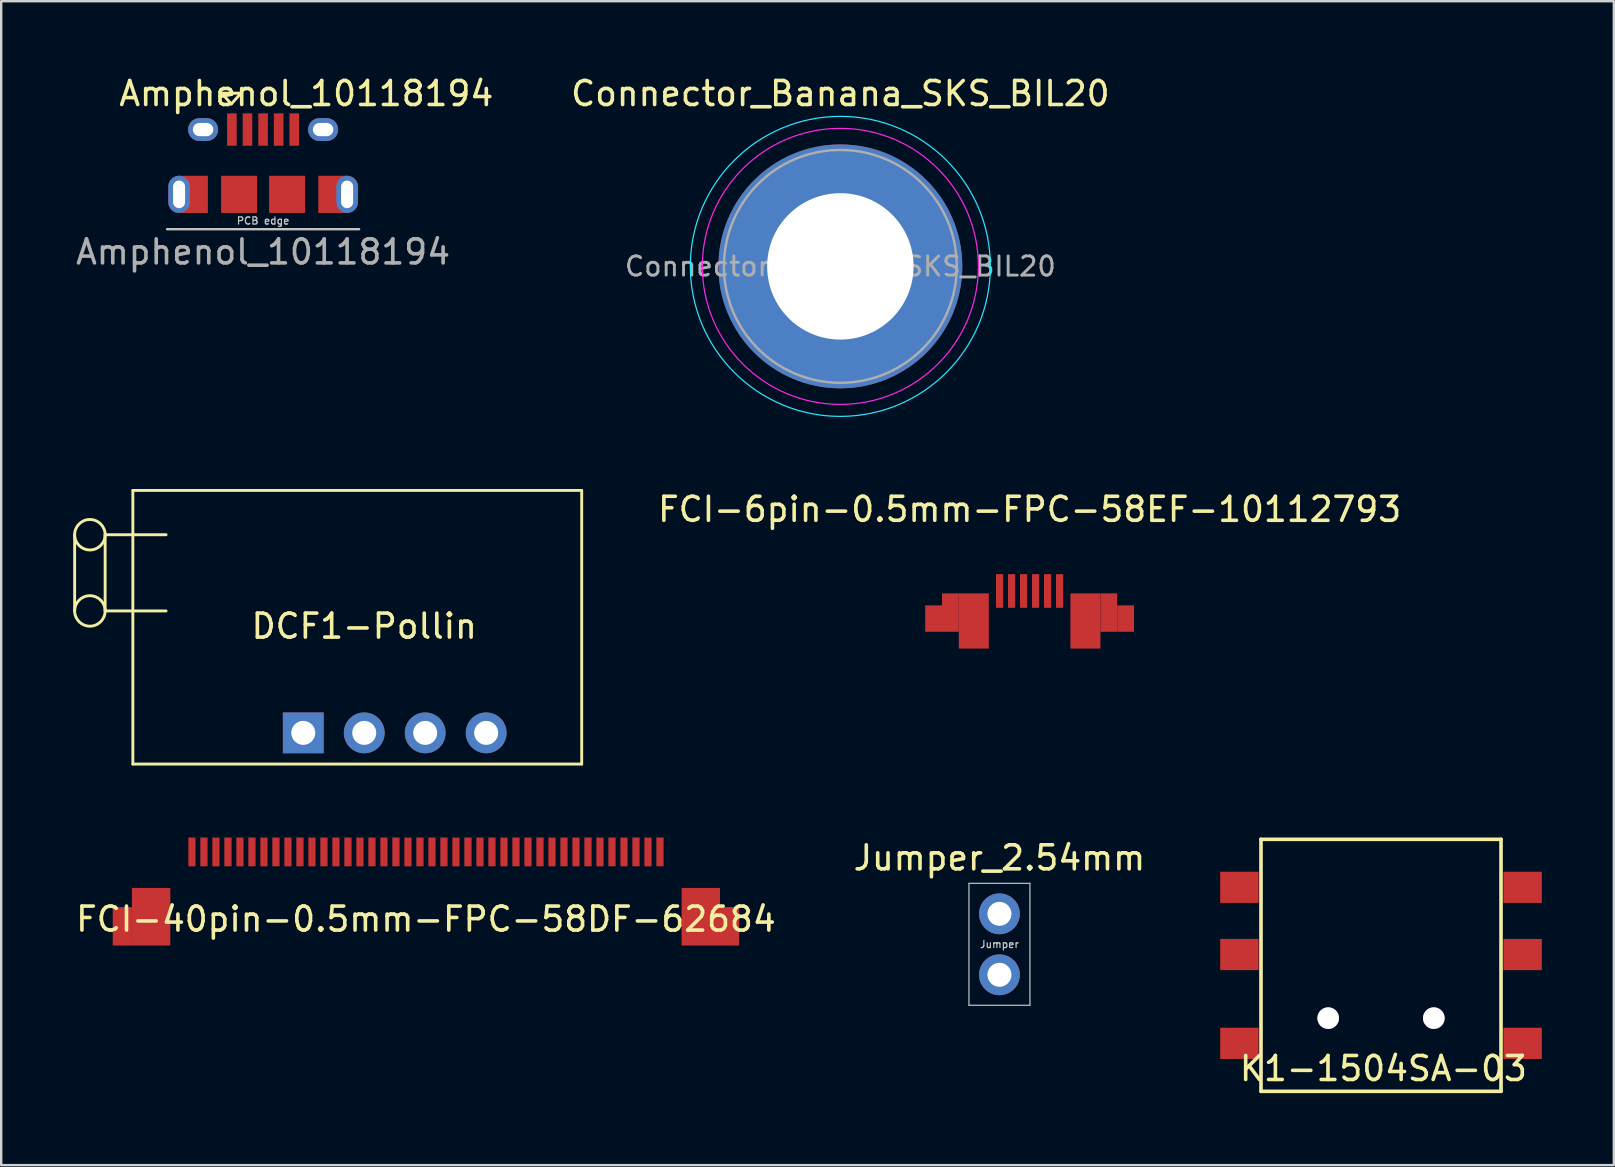
<source format=kicad_pcb>
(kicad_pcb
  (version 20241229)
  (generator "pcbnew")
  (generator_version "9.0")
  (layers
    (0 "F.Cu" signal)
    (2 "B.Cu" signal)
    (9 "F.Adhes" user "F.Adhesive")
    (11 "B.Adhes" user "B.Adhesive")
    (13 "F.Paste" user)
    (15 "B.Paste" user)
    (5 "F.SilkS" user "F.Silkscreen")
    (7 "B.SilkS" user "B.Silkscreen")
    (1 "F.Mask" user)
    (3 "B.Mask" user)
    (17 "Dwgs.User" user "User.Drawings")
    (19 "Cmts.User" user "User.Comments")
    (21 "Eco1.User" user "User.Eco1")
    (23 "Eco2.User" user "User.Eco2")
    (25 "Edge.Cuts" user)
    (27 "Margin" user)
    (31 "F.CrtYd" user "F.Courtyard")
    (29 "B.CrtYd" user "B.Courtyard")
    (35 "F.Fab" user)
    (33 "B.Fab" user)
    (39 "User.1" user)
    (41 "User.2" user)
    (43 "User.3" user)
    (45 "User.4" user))
  (footprint "Jumper_2.54mm"
    (layer "F.Cu")
    (at 38.589 35.022)
    (property "Reference" "Jumper_2.54mm" (at 0 -2.33 0) (layer "F.SilkS") (effects (font (size 1 1) (thickness 0.15))))
    (attr through_hole)
    (fp_line (start -1.27 -1.27) (end 1.27 -1.27) (stroke (width 0.05) (type solid)) (layer "Dwgs.User"))
    (fp_line (start -1.27 3.81) (end -1.27 -1.27) (stroke (width 0.05) (type solid)) (layer "Dwgs.User"))
    (fp_line (start 1.27 -1.27) (end 1.27 3.81) (stroke (width 0.05) (type solid)) (layer "Dwgs.User"))
    (fp_line (start 1.27 3.81) (end -1.27 3.81) (stroke (width 0.05) (type solid)) (layer "Dwgs.User"))
    (fp_text user "Jumper" (at 0 1.27 0) (layer "Dwgs.User") (effects (font (size 0.3 0.3) (thickness 0.05))))
    (pad "1" thru_hole circle (at 0 0) (size 1.7 1.7) (drill 1) (layers "*.Cu" "*.Mask"))
    (pad "2" thru_hole oval (at 0 2.54) (size 1.7 1.7) (drill 1) (layers "*.Cu" "*.Mask")))
  (footprint "DCF1-Pollin"
    (layer "F.Cu")
    (at 13.395 27.483)
    (property "Reference" "DCF1-Pollin" (at -1.27 -4.445 0) (layer "F.SilkS") (effects (font (size 1 1) (thickness 0.15))))
    (attr through_hole)
    (fp_line (start -13.335 -8.255) (end -13.335 -5.08) (stroke (width 0.12) (type solid)) (layer "F.SilkS"))
    (fp_line (start -12.065 -5.08) (end -12.065 -8.255) (stroke (width 0.12) (type solid)) (layer "F.SilkS"))
    (fp_line (start -10.91 -10.1) (end -10.91 1.3) (stroke (width 0.12) (type solid)) (layer "F.SilkS"))
    (fp_line (start -9.525 -8.255) (end -12.065 -8.255) (stroke (width 0.12) (type solid)) (layer "F.SilkS"))
    (fp_line (start -9.525 -5.08) (end -12.065 -5.08) (stroke (width 0.12) (type solid)) (layer "F.SilkS"))
    (fp_line (start 7.79 -10.1) (end -10.91 -10.1) (stroke (width 0.12) (type solid)) (layer "F.SilkS"))
    (fp_line (start 7.79 -10.1) (end 7.79 1.3) (stroke (width 0.12) (type solid)) (layer "F.SilkS"))
    (fp_line (start 7.79 1.3) (end -10.91 1.3) (stroke (width 0.12) (type solid)) (layer "F.SilkS"))
    (fp_circle (center -12.7 -8.255) (end -12.7 -7.62) (stroke (width 0.12) (type solid)) (fill no) (layer "F.SilkS"))
    (fp_circle (center -12.7 -5.08) (end -12.7 -5.715) (stroke (width 0.12) (type solid)) (fill no) (layer "F.SilkS"))
    (pad "1" thru_hole rect (at -3.81 0 90) (size 1.7 1.7) (drill 1) (layers "*.Cu" "*.Mask"))
    (pad "2" thru_hole oval (at -1.27 0 90) (size 1.7 1.7) (drill 1) (layers "*.Cu" "*.Mask"))
    (pad "3" thru_hole oval (at 1.27 0 90) (size 1.7 1.7) (drill 1) (layers "*.Cu" "*.Mask"))
    (pad "4" thru_hole oval (at 3.81 0 90) (size 1.7 1.7) (drill 1) (layers "*.Cu" "*.Mask")))
  (footprint "FCI-40pin-0.5mm-FPC-58DF-62684"
    (layer "F.Cu")
    (at 14.696 33.043)
    (property "Reference" "FCI-40pin-0.5mm-FPC-58DF-62684" (at 0 2.2 0) (layer "F.SilkS") (effects (font (size 1 1) (thickness 0.15))))
    (attr through_hole)
    (pad "" connect rect (at -12.65 2.5) (size 0.8 1.6) (layers "F.Cu" "F.Mask"))
    (pad "" connect rect (at -11.45 2.1) (size 1.6 2.4) (layers "F.Cu" "F.Mask"))
    (pad "" connect rect (at 11.45 2.1) (size 1.6 2.4) (layers "F.Cu" "F.Mask"))
    (pad "" connect rect (at 12.65 2.5) (size 0.8 1.6) (layers "F.Cu" "F.Mask"))
    (pad "1" smd rect (at 9.75 -0.6) (size 0.3 1.2) (layers "F.Cu" "F.Mask" "F.Paste"))
    (pad "2" smd rect (at 9.25 -0.6) (size 0.3 1.2) (layers "F.Cu" "F.Mask" "F.Paste"))
    (pad "3" smd rect (at 8.75 -0.6) (size 0.3 1.2) (layers "F.Cu" "F.Mask" "F.Paste"))
    (pad "4" smd rect (at 8.25 -0.6) (size 0.3 1.2) (layers "F.Cu" "F.Mask" "F.Paste"))
    (pad "5" smd rect (at 7.75 -0.6) (size 0.3 1.2) (layers "F.Cu" "F.Mask" "F.Paste"))
    (pad "6" smd rect (at 7.25 -0.6) (size 0.3 1.2) (layers "F.Cu" "F.Mask" "F.Paste"))
    (pad "7" smd rect (at 6.75 -0.6) (size 0.3 1.2) (layers "F.Cu" "F.Mask" "F.Paste"))
    (pad "8" smd rect (at 6.25 -0.6) (size 0.3 1.2) (layers "F.Cu" "F.Mask" "F.Paste"))
    (pad "9" smd rect (at 5.75 -0.6) (size 0.3 1.2) (layers "F.Cu" "F.Mask" "F.Paste"))
    (pad "10" smd rect (at 5.25 -0.6) (size 0.3 1.2) (layers "F.Cu" "F.Mask" "F.Paste"))
    (pad "11" smd rect (at 4.75 -0.6) (size 0.3 1.2) (layers "F.Cu" "F.Mask" "F.Paste"))
    (pad "12" smd rect (at 4.25 -0.6) (size 0.3 1.2) (layers "F.Cu" "F.Mask" "F.Paste"))
    (pad "13" smd rect (at 3.75 -0.6) (size 0.3 1.2) (layers "F.Cu" "F.Mask" "F.Paste"))
    (pad "14" smd rect (at 3.25 -0.6) (size 0.3 1.2) (layers "F.Cu" "F.Mask" "F.Paste"))
    (pad "15" smd rect (at 2.75 -0.6) (size 0.3 1.2) (layers "F.Cu" "F.Mask" "F.Paste"))
    (pad "16" smd rect (at 2.25 -0.6) (size 0.3 1.2) (layers "F.Cu" "F.Mask" "F.Paste"))
    (pad "17" smd rect (at 1.75 -0.6) (size 0.3 1.2) (layers "F.Cu" "F.Mask" "F.Paste"))
    (pad "18" smd rect (at 1.25 -0.6) (size 0.3 1.2) (layers "F.Cu" "F.Mask" "F.Paste"))
    (pad "19" smd rect (at 0.75 -0.6) (size 0.3 1.2) (layers "F.Cu" "F.Mask" "F.Paste"))
    (pad "20" smd rect (at 0.25 -0.6) (size 0.3 1.2) (layers "F.Cu" "F.Mask" "F.Paste"))
    (pad "21" smd rect (at -0.25 -0.6) (size 0.3 1.2) (layers "F.Cu" "F.Mask" "F.Paste"))
    (pad "22" smd rect (at -0.75 -0.6) (size 0.3 1.2) (layers "F.Cu" "F.Mask" "F.Paste"))
    (pad "23" smd rect (at -1.25 -0.6) (size 0.3 1.2) (layers "F.Cu" "F.Mask" "F.Paste"))
    (pad "24" smd rect (at -1.75 -0.6) (size 0.3 1.2) (layers "F.Cu" "F.Mask" "F.Paste"))
    (pad "25" smd rect (at -2.25 -0.6) (size 0.3 1.2) (layers "F.Cu" "F.Mask" "F.Paste"))
    (pad "26" smd rect (at -2.75 -0.6) (size 0.3 1.2) (layers "F.Cu" "F.Mask" "F.Paste"))
    (pad "27" smd rect (at -3.25 -0.6) (size 0.3 1.2) (layers "F.Cu" "F.Mask" "F.Paste"))
    (pad "28" smd rect (at -3.75 -0.6) (size 0.3 1.2) (layers "F.Cu" "F.Mask" "F.Paste"))
    (pad "29" smd rect (at -4.25 -0.6) (size 0.3 1.2) (layers "F.Cu" "F.Mask" "F.Paste"))
    (pad "30" smd rect (at -4.75 -0.6) (size 0.3 1.2) (layers "F.Cu" "F.Mask" "F.Paste"))
    (pad "31" smd rect (at -5.25 -0.6) (size 0.3 1.2) (layers "F.Cu" "F.Mask" "F.Paste"))
    (pad "32" smd rect (at -5.75 -0.6) (size 0.3 1.2) (layers "F.Cu" "F.Mask" "F.Paste"))
    (pad "33" smd rect (at -6.25 -0.6) (size 0.3 1.2) (layers "F.Cu" "F.Mask" "F.Paste"))
    (pad "34" smd rect (at -6.75 -0.6) (size 0.3 1.2) (layers "F.Cu" "F.Mask" "F.Paste"))
    (pad "35" smd rect (at -7.25 -0.6) (size 0.3 1.2) (layers "F.Cu" "F.Mask" "F.Paste"))
    (pad "36" smd rect (at -7.75 -0.6) (size 0.3 1.2) (layers "F.Cu" "F.Mask" "F.Paste"))
    (pad "37" smd rect (at -8.25 -0.6) (size 0.3 1.2) (layers "F.Cu" "F.Mask" "F.Paste"))
    (pad "38" smd rect (at -8.75 -0.6) (size 0.3 1.2) (layers "F.Cu" "F.Mask" "F.Paste"))
    (pad "39" smd rect (at -9.25 -0.6) (size 0.3 1.2) (layers "F.Cu" "F.Mask" "F.Paste"))
    (pad "40" smd rect (at -9.75 -0.6) (size 0.3 1.2) (layers "F.Cu" "F.Mask" "F.Paste")))
  (footprint "Connector_Banana_SKS_BIL20"
    (layer "F.Cu")
    (at 31.961 8.048)
    (property "Reference" "Connector_Banana_SKS_BIL20" (at 0 -7.2 0) (layer "F.SilkS") (effects (font (size 1 1) (thickness 0.15))))
    (attr through_hole)
    (fp_circle (center 0 0) (end 6.25 0) (stroke (width 0.05) (type solid)) (fill no) (layer "B.CrtYd"))
    (fp_circle (center 0 0) (end 5.75 0) (stroke (width 0.05) (type solid)) (fill no) (layer "F.CrtYd"))
    (fp_circle (center 0 0) (end 2 0) (stroke (width 0.1) (type solid)) (fill no) (layer "F.Fab"))
    (fp_circle (center 0 0) (end 4.85 0.05) (stroke (width 0.1) (type solid)) (fill no) (layer "F.Fab"))
    (fp_text user "${REFERENCE}" (at 0 0 0) (layer "F.Fab") (effects (font (size 0.8 0.8) (thickness 0.12))))
    (pad "1" thru_hole circle (at 0 0) (size 10.16 10.16) (drill 6.1) (layers "*.Cu" "*.Mask")))
  (footprint "K1-1504SA-03"
    (layer "F.Cu")
    (at 54.486 37.168)
    (property "Reference" "K1-1504SA-03" (at 0.1 4.3 0) (layer "F.SilkS") (effects (font (size 1 1) (thickness 0.15))))
    (attr through_hole)
    (fp_line (start -5 -5.25) (end -5 5.25) (stroke (width 0.15) (type solid)) (layer "F.SilkS"))
    (fp_line (start -5 -5.25) (end 5 -5.25) (stroke (width 0.15) (type solid)) (layer "F.SilkS"))
    (fp_line (start -5 5.25) (end 5 5.25) (stroke (width 0.15) (type solid)) (layer "F.SilkS"))
    (fp_line (start 5 -5.25) (end 5 5.25) (stroke (width 0.15) (type solid)) (layer "F.SilkS"))
    (pad "1" smd rect (at -5.9 -3.25) (size 1.6 1.3) (layers "F.Cu" "F.Mask" "F.Paste"))
    (pad "2" smd rect (at -5.9 -0.45) (size 1.6 1.3) (layers "F.Cu" "F.Mask" "F.Paste"))
    (pad "3" smd rect (at -5.9 3.25) (size 1.6 1.3) (layers "F.Cu" "F.Mask" "F.Paste"))
    (pad "4" smd rect (at 5.9 -3.25) (size 1.6 1.3) (layers "F.Cu" "F.Mask" "F.Paste"))
    (pad "5" smd rect (at 5.9 -0.45) (size 1.6 1.3) (layers "F.Cu" "F.Mask" "F.Paste"))
    (pad "6" smd rect (at 5.9 3.25) (size 1.6 1.3) (layers "F.Cu" "F.Mask" "F.Paste"))
    (pad "ANCHOR" thru_hole circle (at -2.2 2.2 90) (size 0.9 0.9) (drill 0.9) (layers "*.Cu" "*.Mask"))
    (pad "ANCHOR" thru_hole circle (at 2.2 2.2) (size 0.9 0.9) (drill 0.9) (layers "*.Cu" "*.Mask")))
  (footprint "FCI-6pin-0.5mm-FPC-58EF-10112793"
    (layer "F.Cu")
    (at 39.846 22.271)
    (property "Reference" "FCI-6pin-0.5mm-FPC-58EF-10112793" (at 0 -4.1 0) (layer "F.SilkS") (effects (font (size 1 1) (thickness 0.15))))
    (attr through_hole)
    (pad "" connect rect (at -4 0.45) (size 0.7 1.1) (layers "F.Cu" "F.Mask"))
    (pad "" connect rect (at -3.3 0.2) (size 0.7 1.6) (layers "F.Cu" "F.Mask"))
    (pad "" connect rect (at -2.325 0.55) (size 1.25 2.3) (layers "F.Cu" "F.Mask"))
    (pad "" connect rect (at 2.325 0.55) (size 1.25 2.3) (layers "F.Cu" "F.Mask"))
    (pad "" connect rect (at 3.3 0.2) (size 0.7 1.6) (layers "F.Cu" "F.Mask"))
    (pad "" connect rect (at 4 0.45) (size 0.7 1.1) (layers "F.Cu" "F.Mask"))
    (pad "1" smd rect (at 1.25 -0.7) (size 0.3 1.4) (layers "F.Cu" "F.Mask" "F.Paste"))
    (pad "2" smd rect (at 0.75 -0.7) (size 0.3 1.4) (layers "F.Cu" "F.Mask" "F.Paste"))
    (pad "3" smd rect (at 0.25 -0.7) (size 0.3 1.4) (layers "F.Cu" "F.Mask" "F.Paste"))
    (pad "4" smd rect (at -0.25 -0.7) (size 0.3 1.4) (layers "F.Cu" "F.Mask" "F.Paste"))
    (pad "5" smd rect (at -0.75 -0.7) (size 0.3 1.4) (layers "F.Cu" "F.Mask" "F.Paste"))
    (pad "6" smd rect (at -1.25 -0.7) (size 0.3 1.4) (layers "F.Cu" "F.Mask" "F.Paste")))
  (footprint "Amphenol_10118194"
    (layer "F.Cu")
    (at 7.911 5.048)
    (property "Reference" "Amphenol_10118194" (at 1.8 -4.2 0) (layer "F.SilkS") (effects (font (size 1 1) (thickness 0.15))))
    (attr smd)
    (fp_line (start -1.725 -4.215) (end -0.925 -4.215) (stroke (width 0.12) (type solid)) (layer "F.SilkS"))
    (fp_line (start -1.325 -3.765) (end -1.725 -4.215) (stroke (width 0.12) (type solid)) (layer "F.SilkS"))
    (fp_line (start -0.925 -4.215) (end -1.325 -3.765) (stroke (width 0.12) (type solid)) (layer "F.SilkS"))
    (fp_line (start -4 1.45) (end 4 1.45) (stroke (width 0.1) (type solid)) (layer "Dwgs.User"))
    (fp_text user "PCB edge" (at 0 1.1 0) (layer "Dwgs.User") (effects (font (size 0.3 0.3) (thickness 0.05))))
    (fp_text user "${REFERENCE}" (at 0 2.4 0) (layer "F.Fab") (effects (font (size 1 1) (thickness 0.15))))
    (pad "1" smd rect (at -1.3 -2.7 90) (size 1.35 0.4) (layers "F.Cu" "F.Mask" "F.Paste"))
    (pad "2" smd rect (at -0.65 -2.7 90) (size 1.35 0.4) (layers "F.Cu" "F.Mask" "F.Paste"))
    (pad "3" smd rect (at 0 -2.7 90) (size 1.35 0.4) (layers "F.Cu" "F.Mask" "F.Paste"))
    (pad "4" smd rect (at 0.65 -2.7 90) (size 1.35 0.4) (layers "F.Cu" "F.Mask" "F.Paste"))
    (pad "5" smd rect (at 1.3 -2.7 90) (size 1.35 0.4) (layers "F.Cu" "F.Mask" "F.Paste"))
    (pad "6" thru_hole oval (at -3.5 0) (size 0.9 1.55) (drill oval 0.5 1.15) (layers "*.Cu" "*.Mask"))
    (pad "6" smd rect (at -2.9 0) (size 1.2 1.55) (layers "F.Cu" "F.Mask" "F.Paste"))
    (pad "6" thru_hole oval (at -2.5 -2.7 180) (size 1.25 0.95) (drill oval 0.85 0.55) (layers "*.Cu" "*.Mask"))
    (pad "6" smd rect (at -1 0) (size 1.5 1.55) (layers "F.Cu" "F.Mask" "F.Paste"))
    (pad "6" smd rect (at 1 0) (size 1.5 1.55) (layers "F.Cu" "F.Mask" "F.Paste"))
    (pad "6" thru_hole oval (at 2.5 -2.7 180) (size 1.25 0.95) (drill oval 0.85 0.55) (layers "*.Cu" "*.Mask"))
    (pad "6" smd rect (at 2.9 0) (size 1.2 1.55) (layers "F.Cu" "F.Mask" "F.Paste"))
    (pad "6" thru_hole oval (at 3.5 0) (size 0.9 1.55) (drill oval 0.5 1.15) (layers "*.Cu" "*.Mask")))
  (gr_rect
    (start -3 -3)
    (end 64.186 45.493)
    (stroke (width 0.1) (type default))
    (fill no)
    (layer "Edge.Cuts")))
</source>
